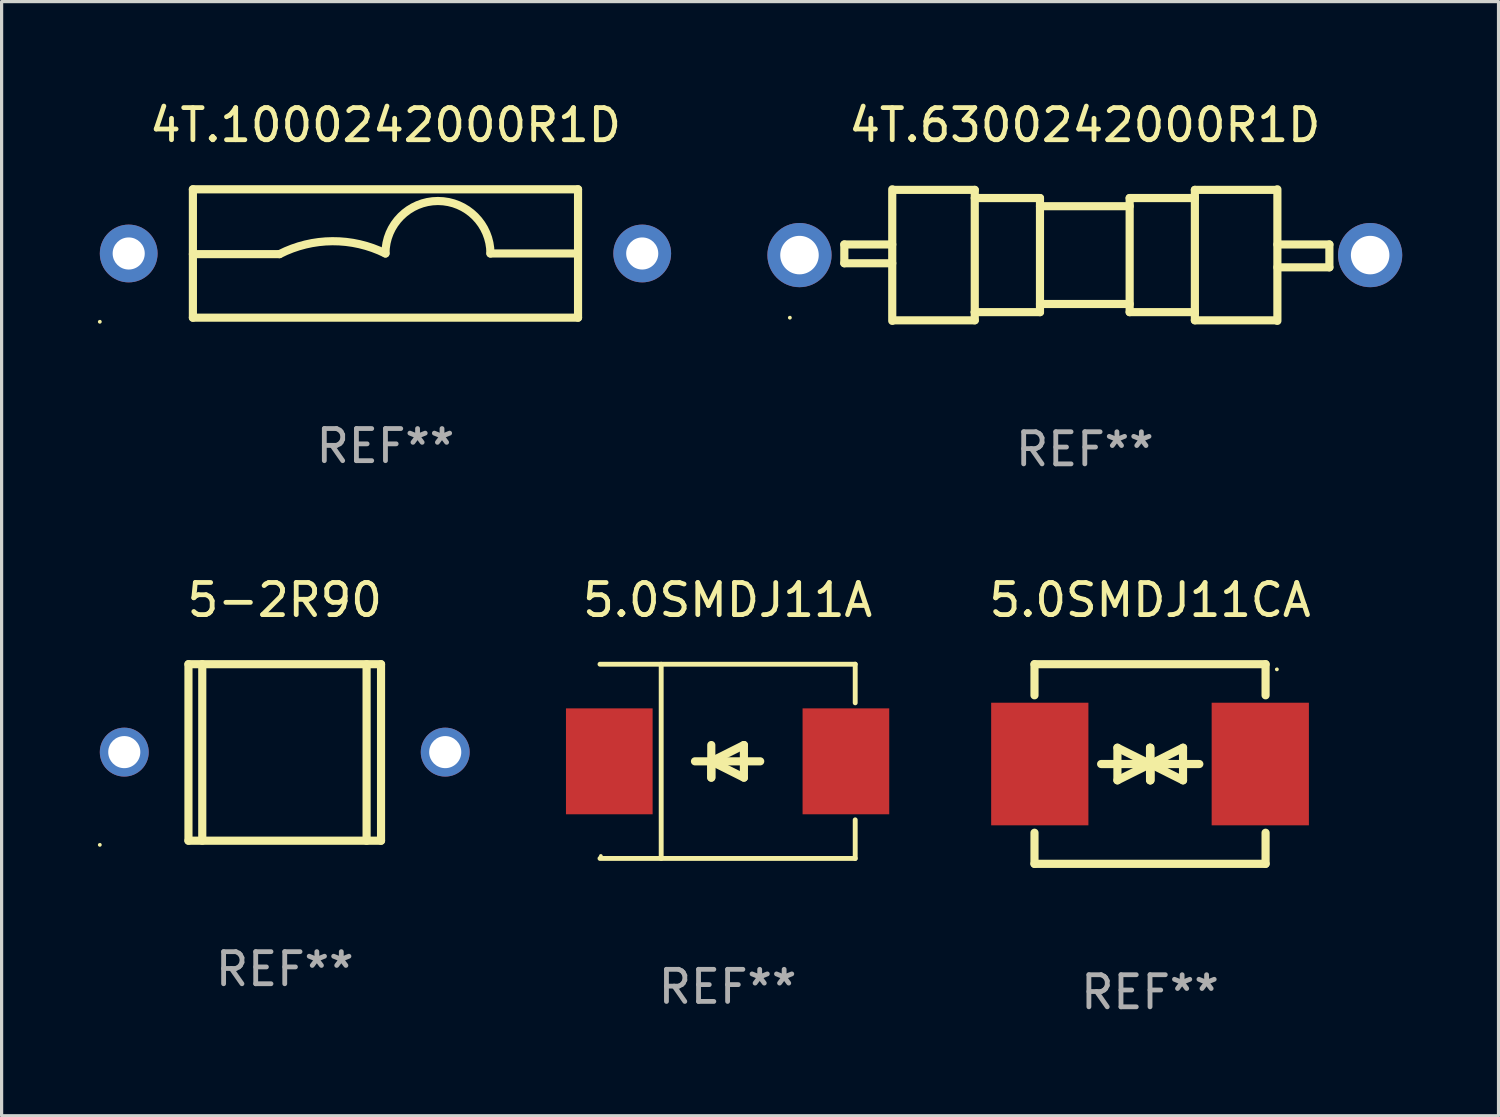
<source format=kicad_pcb>
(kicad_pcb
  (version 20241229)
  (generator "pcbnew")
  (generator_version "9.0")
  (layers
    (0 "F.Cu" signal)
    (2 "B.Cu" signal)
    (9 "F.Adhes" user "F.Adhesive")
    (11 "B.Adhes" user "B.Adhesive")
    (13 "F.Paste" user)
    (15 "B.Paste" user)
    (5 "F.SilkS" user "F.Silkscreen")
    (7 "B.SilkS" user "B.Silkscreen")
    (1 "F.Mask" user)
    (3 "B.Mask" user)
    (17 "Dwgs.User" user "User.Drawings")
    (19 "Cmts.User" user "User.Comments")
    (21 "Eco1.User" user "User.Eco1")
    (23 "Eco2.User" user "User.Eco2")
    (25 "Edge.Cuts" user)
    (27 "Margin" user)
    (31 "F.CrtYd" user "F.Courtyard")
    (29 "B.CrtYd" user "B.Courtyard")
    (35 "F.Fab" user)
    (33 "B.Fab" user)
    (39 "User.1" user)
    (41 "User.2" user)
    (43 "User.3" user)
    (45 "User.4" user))
  (footprint "5.0SMDJ11CA"
    (layer "F.Cu")
    (at 32.782 20.755)
    (property "Reference" "5.0SMDJ11CA" (at 0 -5.11 0) (layer "F.SilkS") (effects (font (size 1 1) (thickness 0.15))))
    (attr through_hole)
    (fp_line (start -3.6 -2.141) (end -3.6 -3.11) (stroke (width 0.254) (type solid)) (layer "F.SilkS"))
    (fp_line (start -3.6 3.11) (end -3.6 2.141) (stroke (width 0.254) (type solid)) (layer "F.SilkS"))
    (fp_line (start -1.524 0) (end 0.508 0) (stroke (width 0.254) (type solid)) (layer "F.SilkS"))
    (fp_line (start -1.016 -0.508) (end -1.016 0.508) (stroke (width 0.254) (type solid)) (layer "F.SilkS"))
    (fp_line (start -1.016 0.508) (end 0 0) (stroke (width 0.254) (type solid)) (layer "F.SilkS"))
    (fp_line (start 0 -0.508) (end 0 0.508) (stroke (width 0.254) (type solid)) (layer "F.SilkS"))
    (fp_line (start 0 0) (end -1.016 -0.508) (stroke (width 0.254) (type solid)) (layer "F.SilkS"))
    (fp_line (start 0 0) (end 0 -0.508) (stroke (width 0.254) (type solid)) (layer "F.SilkS"))
    (fp_line (start 0.012 0) (end 0.012 0.508) (stroke (width 0.254) (type solid)) (layer "F.SilkS"))
    (fp_line (start 0.012 0) (end 1.028 0.508) (stroke (width 0.254) (type solid)) (layer "F.SilkS"))
    (fp_line (start 0.012 0.508) (end 0.012 -0.508) (stroke (width 0.254) (type solid)) (layer "F.SilkS"))
    (fp_line (start 1.028 -0.508) (end 0.012 0) (stroke (width 0.254) (type solid)) (layer "F.SilkS"))
    (fp_line (start 1.028 0.508) (end 1.028 -0.508) (stroke (width 0.254) (type solid)) (layer "F.SilkS"))
    (fp_line (start 1.536 0) (end -0.496 0) (stroke (width 0.254) (type solid)) (layer "F.SilkS"))
    (fp_line (start 3.6 -3.11) (end -3.6 -3.11) (stroke (width 0.254) (type solid)) (layer "F.SilkS"))
    (fp_line (start 3.6 -2.141) (end 3.6 -3.11) (stroke (width 0.254) (type solid)) (layer "F.SilkS"))
    (fp_line (start 3.6 3.11) (end -3.6 3.11) (stroke (width 0.254) (type solid)) (layer "F.SilkS"))
    (fp_line (start 3.6 3.11) (end 3.6 2.141) (stroke (width 0.254) (type solid)) (layer "F.SilkS"))
    (fp_circle (center 3.952 -2.95) (end 3.982 -2.95) (stroke (width 0.06) (type solid)) (fill no) (layer "F.SilkS"))
    (fp_text user "REF**" (at 0 7.11 0) (layer "F.Fab") (effects (font (size 1 1) (thickness 0.15))))
    (pad "1" smd rect (at 3.435 0) (size 3.03 3.82) (layers "F.Cu" "F.Mask" "F.Paste"))
    (pad "2" smd rect (at -3.435 0) (size 3.03 3.82) (layers "F.Cu" "F.Mask" "F.Paste")))
  (footprint "5-2R90"
    (layer "F.Cu")
    (at 5.822 20.395)
    (property "Reference" "5-2R90" (at 0 -4.751 0) (layer "F.SilkS") (effects (font (size 1 1) (thickness 0.15))))
    (attr through_hole)
    (fp_line (start -3 -2.75) (end 3 -2.75) (stroke (width 0.254) (type solid)) (layer "F.SilkS"))
    (fp_line (start -3 2.749) (end -3 -2.751) (stroke (width 0.254) (type solid)) (layer "F.SilkS"))
    (fp_line (start -2.57 2.749) (end -2.57 -2.751) (stroke (width 0.254) (type solid)) (layer "F.SilkS"))
    (fp_line (start 2.55 2.751) (end 2.55 -2.749) (stroke (width 0.254) (type solid)) (layer "F.SilkS"))
    (fp_line (start 3 -2.75) (end 3 2.75) (stroke (width 0.254) (type solid)) (layer "F.SilkS"))
    (fp_line (start 3 2.749) (end -3 2.749) (stroke (width 0.254) (type solid)) (layer "F.SilkS"))
    (fp_circle (center -5.762 2.878) (end -5.732 2.878) (stroke (width 0.06) (type solid)) (fill no) (layer "F.SilkS"))
    (fp_text user "REF**" (at 0 6.751 0) (layer "F.Fab") (effects (font (size 1 1) (thickness 0.15))))
    (pad "1" thru_hole circle (at -5 -0.011) (size 1.524 1.524) (drill 1) (layers "*.Cu" "*.Mask"))
    (pad "2" thru_hole circle (at 5 -0.011) (size 1.524 1.524) (drill 1) (layers "*.Cu" "*.Mask")))
  (footprint "4T.6300242000R1D"
    (layer "F.Cu")
    (at 30.75 4.898)
    (property "Reference" "4T.6300242000R1D" (at 0 -4.05 0) (layer "F.SilkS") (effects (font (size 1 1) (thickness 0.15))))
    (attr through_hole)
    (fp_line (start -7.493 -0.331) (end -7.493 0.254) (stroke (width 0.254) (type solid)) (layer "F.SilkS"))
    (fp_line (start -7.493 0.254) (end -6 0.254) (stroke (width 0.254) (type solid)) (layer "F.SilkS"))
    (fp_line (start -6 -0.331) (end -7.493 -0.331) (stroke (width 0.254) (type solid)) (layer "F.SilkS"))
    (fp_line (start -6 2.05) (end -6 -2.05) (stroke (width 0.254) (type solid)) (layer "F.SilkS"))
    (fp_line (start -5.969 -2.032) (end -3.429 -2.032) (stroke (width 0.254) (type solid)) (layer "F.SilkS"))
    (fp_line (start -3.429 -2.032) (end -3.429 2.032) (stroke (width 0.254) (type solid)) (layer "F.SilkS"))
    (fp_line (start -3.429 -1.778) (end -1.397 -1.778) (stroke (width 0.254) (type solid)) (layer "F.SilkS"))
    (fp_line (start -3.429 1.778) (end -3.429 1.778) (stroke (width 0.254) (type solid)) (layer "F.SilkS"))
    (fp_line (start -3.429 2.032) (end -5.969 2.032) (stroke (width 0.254) (type solid)) (layer "F.SilkS"))
    (fp_line (start -1.397 -1.778) (end -1.397 1.778) (stroke (width 0.254) (type solid)) (layer "F.SilkS"))
    (fp_line (start -1.397 -1.524) (end 1.397 -1.524) (stroke (width 0.254) (type solid)) (layer "F.SilkS"))
    (fp_line (start -1.397 1.524) (end 1.397 1.524) (stroke (width 0.254) (type solid)) (layer "F.SilkS"))
    (fp_line (start -1.397 1.778) (end -3.429 1.778) (stroke (width 0.254) (type solid)) (layer "F.SilkS"))
    (fp_line (start 1.397 -1.778) (end 1.397 1.778) (stroke (width 0.254) (type solid)) (layer "F.SilkS"))
    (fp_line (start 1.397 1.778) (end 3.429 1.778) (stroke (width 0.254) (type solid)) (layer "F.SilkS"))
    (fp_line (start 3.429 -2.032) (end 3.429 2.032) (stroke (width 0.254) (type solid)) (layer "F.SilkS"))
    (fp_line (start 3.429 -1.778) (end 1.397 -1.778) (stroke (width 0.254) (type solid)) (layer "F.SilkS"))
    (fp_line (start 3.429 1.778) (end 3.429 1.778) (stroke (width 0.254) (type solid)) (layer "F.SilkS"))
    (fp_line (start 3.429 2.032) (end 5.969 2.032) (stroke (width 0.254) (type solid)) (layer "F.SilkS"))
    (fp_line (start 5.969 -2.032) (end 3.429 -2.032) (stroke (width 0.254) (type solid)) (layer "F.SilkS"))
    (fp_line (start 6 -2.05) (end 6 2.05) (stroke (width 0.254) (type solid)) (layer "F.SilkS"))
    (fp_line (start 6 -0.331) (end 7.62 -0.331) (stroke (width 0.254) (type solid)) (layer "F.SilkS"))
    (fp_line (start 7.62 -0.331) (end 7.62 0.381) (stroke (width 0.254) (type solid)) (layer "F.SilkS"))
    (fp_line (start 7.62 0.381) (end 6 0.381) (stroke (width 0.254) (type solid)) (layer "F.SilkS"))
    (fp_circle (center -9.19 1.95) (end -9.16 1.95) (stroke (width 0.06) (type solid)) (fill no) (layer "F.SilkS"))
    (fp_text user "REF**" (at 0 6.05 0) (layer "F.Fab") (effects (font (size 1 1) (thickness 0.15))))
    (pad "1" thru_hole circle (at -8.89 0) (size 2 2) (drill 1.2) (layers "*.Cu" "*.Mask"))
    (pad "2" thru_hole circle (at 8.89 0) (size 2 2) (drill 1.2) (layers "*.Cu" "*.Mask")))
  (footprint "5.0SMDJ11A"
    (layer "F.Cu")
    (at 19.62 20.671)
    (property "Reference" "5.0SMDJ11A" (at 0 -5.026 0) (layer "F.SilkS") (effects (font (size 1 1) (thickness 0.15))))
    (attr through_hole)
    (fp_line (start -3.976 -3.026) (end 3.976 -3.026) (stroke (width 0.152) (type solid)) (layer "F.SilkS"))
    (fp_line (start -3.976 3.026) (end 3.976 3.026) (stroke (width 0.152) (type solid)) (layer "F.SilkS"))
    (fp_line (start -2.069 -3.026) (end -2.069 3.026) (stroke (width 0.152) (type solid)) (layer "F.SilkS"))
    (fp_line (start -0.508 0) (end -0.508 0.508) (stroke (width 0.254) (type solid)) (layer "F.SilkS"))
    (fp_line (start -0.508 0) (end 0.508 0.508) (stroke (width 0.254) (type solid)) (layer "F.SilkS"))
    (fp_line (start -0.508 0.508) (end -0.508 -0.508) (stroke (width 0.254) (type solid)) (layer "F.SilkS"))
    (fp_line (start 0.508 -0.508) (end -0.508 0) (stroke (width 0.254) (type solid)) (layer "F.SilkS"))
    (fp_line (start 0.508 0.508) (end 0.508 -0.508) (stroke (width 0.254) (type solid)) (layer "F.SilkS"))
    (fp_line (start 1.016 0) (end -1.016 0) (stroke (width 0.254) (type solid)) (layer "F.SilkS"))
    (fp_line (start 3.976 -3.026) (end 3.976 -1.823) (stroke (width 0.152) (type solid)) (layer "F.SilkS"))
    (fp_line (start 3.976 3.026) (end 3.976 1.823) (stroke (width 0.152) (type solid)) (layer "F.SilkS"))
    (fp_circle (center -3.95 2.95) (end -3.92 2.95) (stroke (width 0.06) (type solid)) (fill no) (layer "F.SilkS"))
    (fp_text user "REF**" (at 0 7.026 0) (layer "F.Fab") (effects (font (size 1 1) (thickness 0.15))))
    (pad "1" smd rect (at -3.686 0) (size 2.7 3.3) (layers "F.Cu" "F.Mask" "F.Paste"))
    (pad "2" smd rect (at 3.686 0) (size 2.7 3.3) (layers "F.Cu" "F.Mask" "F.Paste")))
  (footprint "4T.1000242000R1D"
    (layer "F.Cu")
    (at 8.96 4.848)
    (property "Reference" "4T.1000242000R1D" (at 0 -4 0) (layer "F.SilkS") (effects (font (size 1 1) (thickness 0.15))))
    (attr through_hole)
    (fp_line (start -6 -2) (end 6 -2) (stroke (width 0.254) (type solid)) (layer "F.SilkS"))
    (fp_line (start -6 0.02) (end -3.302 0.02) (stroke (width 0.254) (type solid)) (layer "F.SilkS"))
    (fp_line (start -6 2) (end -6 -2) (stroke (width 0.254) (type solid)) (layer "F.SilkS"))
    (fp_line (start 5.969 0) (end 3.271 0) (stroke (width 0.254) (type solid)) (layer "F.SilkS"))
    (fp_line (start 6 -2) (end 6 2) (stroke (width 0.254) (type solid)) (layer "F.SilkS"))
    (fp_line (start 6 2) (end -6 2) (stroke (width 0.254) (type solid)) (layer "F.SilkS"))
    (fp_arc (start -3.302007 0.020218) (mid -1.653409 -0.382715) (end 0 0) (stroke (width 0.254001) (type solid)) (layer "F.SilkS"))
    (fp_arc (start 0.000001 0) (mid 1.635497 -1.634823) (end 3.270993 0) (stroke (width 0.254001) (type solid)) (layer "F.SilkS"))
    (fp_circle (center -8.9 2.127) (end -8.87 2.127) (stroke (width 0.06) (type solid)) (fill no) (layer "F.SilkS"))
    (fp_text user "REF**" (at 0 6 0) (layer "F.Fab") (effects (font (size 1 1) (thickness 0.15))))
    (pad "1" thru_hole circle (at -8 0) (size 1.8 1.8) (drill 1) (layers "*.Cu" "*.Mask"))
    (pad "2" thru_hole circle (at 8 0) (size 1.8 1.8) (drill 1) (layers "*.Cu" "*.Mask")))
  (gr_rect
    (start -3 -3)
    (end 43.64 31.713)
    (stroke (width 0.1) (type default))
    (fill no)
    (layer "Edge.Cuts")))
</source>
